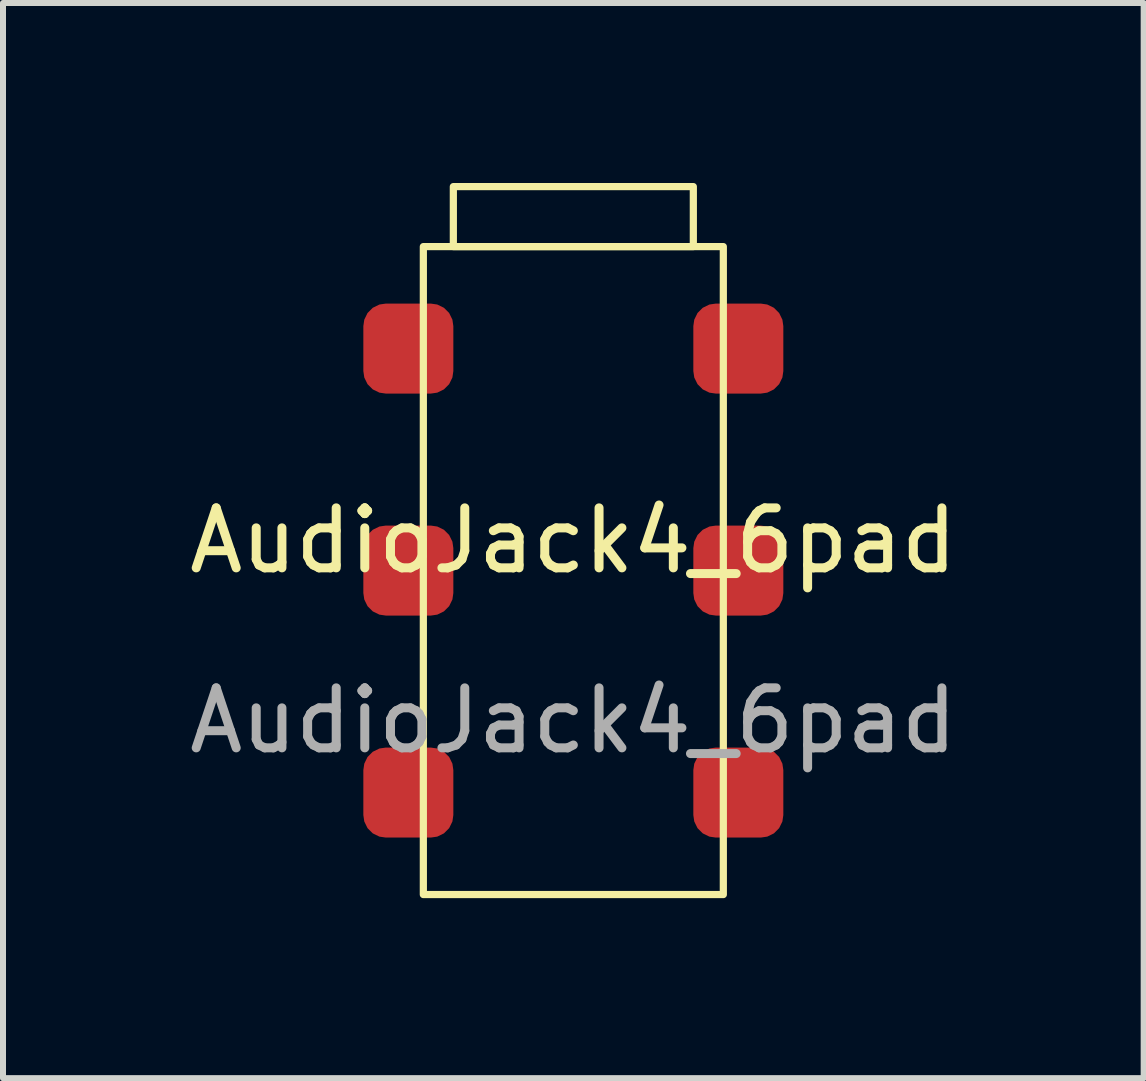
<source format=kicad_pcb>
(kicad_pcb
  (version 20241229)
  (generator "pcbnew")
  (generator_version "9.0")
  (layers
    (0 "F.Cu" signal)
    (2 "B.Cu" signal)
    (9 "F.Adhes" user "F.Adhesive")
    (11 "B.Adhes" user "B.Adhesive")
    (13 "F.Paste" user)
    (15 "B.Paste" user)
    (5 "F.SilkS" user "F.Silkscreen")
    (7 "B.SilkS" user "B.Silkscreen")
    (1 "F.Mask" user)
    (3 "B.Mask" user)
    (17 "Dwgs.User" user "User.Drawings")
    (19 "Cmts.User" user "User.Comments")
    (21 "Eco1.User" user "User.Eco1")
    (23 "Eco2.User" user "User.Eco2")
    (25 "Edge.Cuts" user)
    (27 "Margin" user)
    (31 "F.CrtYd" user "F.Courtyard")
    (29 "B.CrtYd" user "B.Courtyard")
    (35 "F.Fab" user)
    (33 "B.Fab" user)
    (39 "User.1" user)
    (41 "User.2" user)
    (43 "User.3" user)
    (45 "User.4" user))
  (footprint "AudioJack4_6pad"
    (layer "F.Cu")
    (at 6.506 6.46)
    (property "Reference" "AudioJack4_6pad" (at 0 -0.5 0) (unlocked yes) (layer "F.SilkS") (effects (font (size 1 1) (thickness 0.15))))
    (attr smd)
    (fp_rect (start -2.5 -5.4) (end 2.5 5.4) (stroke (width 0.12) (type solid)) (fill no) (layer "F.SilkS"))
    (fp_rect (start -2 -5.4) (end 2 -6.4) (stroke (width 0.12) (type solid)) (fill no) (layer "F.SilkS"))
    (fp_text user "${REFERENCE}" (at 0 2.5 0) (unlocked yes) (layer "F.Fab") (effects (font (size 1 1) (thickness 0.15))))
    (pad "1" smd roundrect (at 2.75 -3.7) (size 1.5 1.5) (layers "F.Cu" "F.Mask" "F.Paste") (roundrect_rratio 0.25))
    (pad "2" smd roundrect (at -2.75 0) (size 1.5 1.5) (layers "F.Cu" "F.Mask" "F.Paste") (roundrect_rratio 0.25))
    (pad "3" smd roundrect (at 2.75 0) (size 1.5 1.5) (layers "F.Cu" "F.Mask" "F.Paste") (roundrect_rratio 0.25))
    (pad "4" smd roundrect (at -2.75 -3.7) (size 1.5 1.5) (layers "F.Cu" "F.Mask" "F.Paste") (roundrect_rratio 0.25))
    (pad "5" smd roundrect (at -2.75 3.7) (size 1.5 1.5) (layers "F.Cu" "F.Mask" "F.Paste") (roundrect_rratio 0.25))
    (pad "6" smd roundrect (at 2.75 3.7) (size 1.5 1.5) (layers "F.Cu" "F.Mask" "F.Paste") (roundrect_rratio 0.25)))
  (gr_rect
    (start -3 -3)
    (end 16.012 14.92)
    (stroke (width 0.1) (type default))
    (fill no)
    (layer "Edge.Cuts")))
</source>
